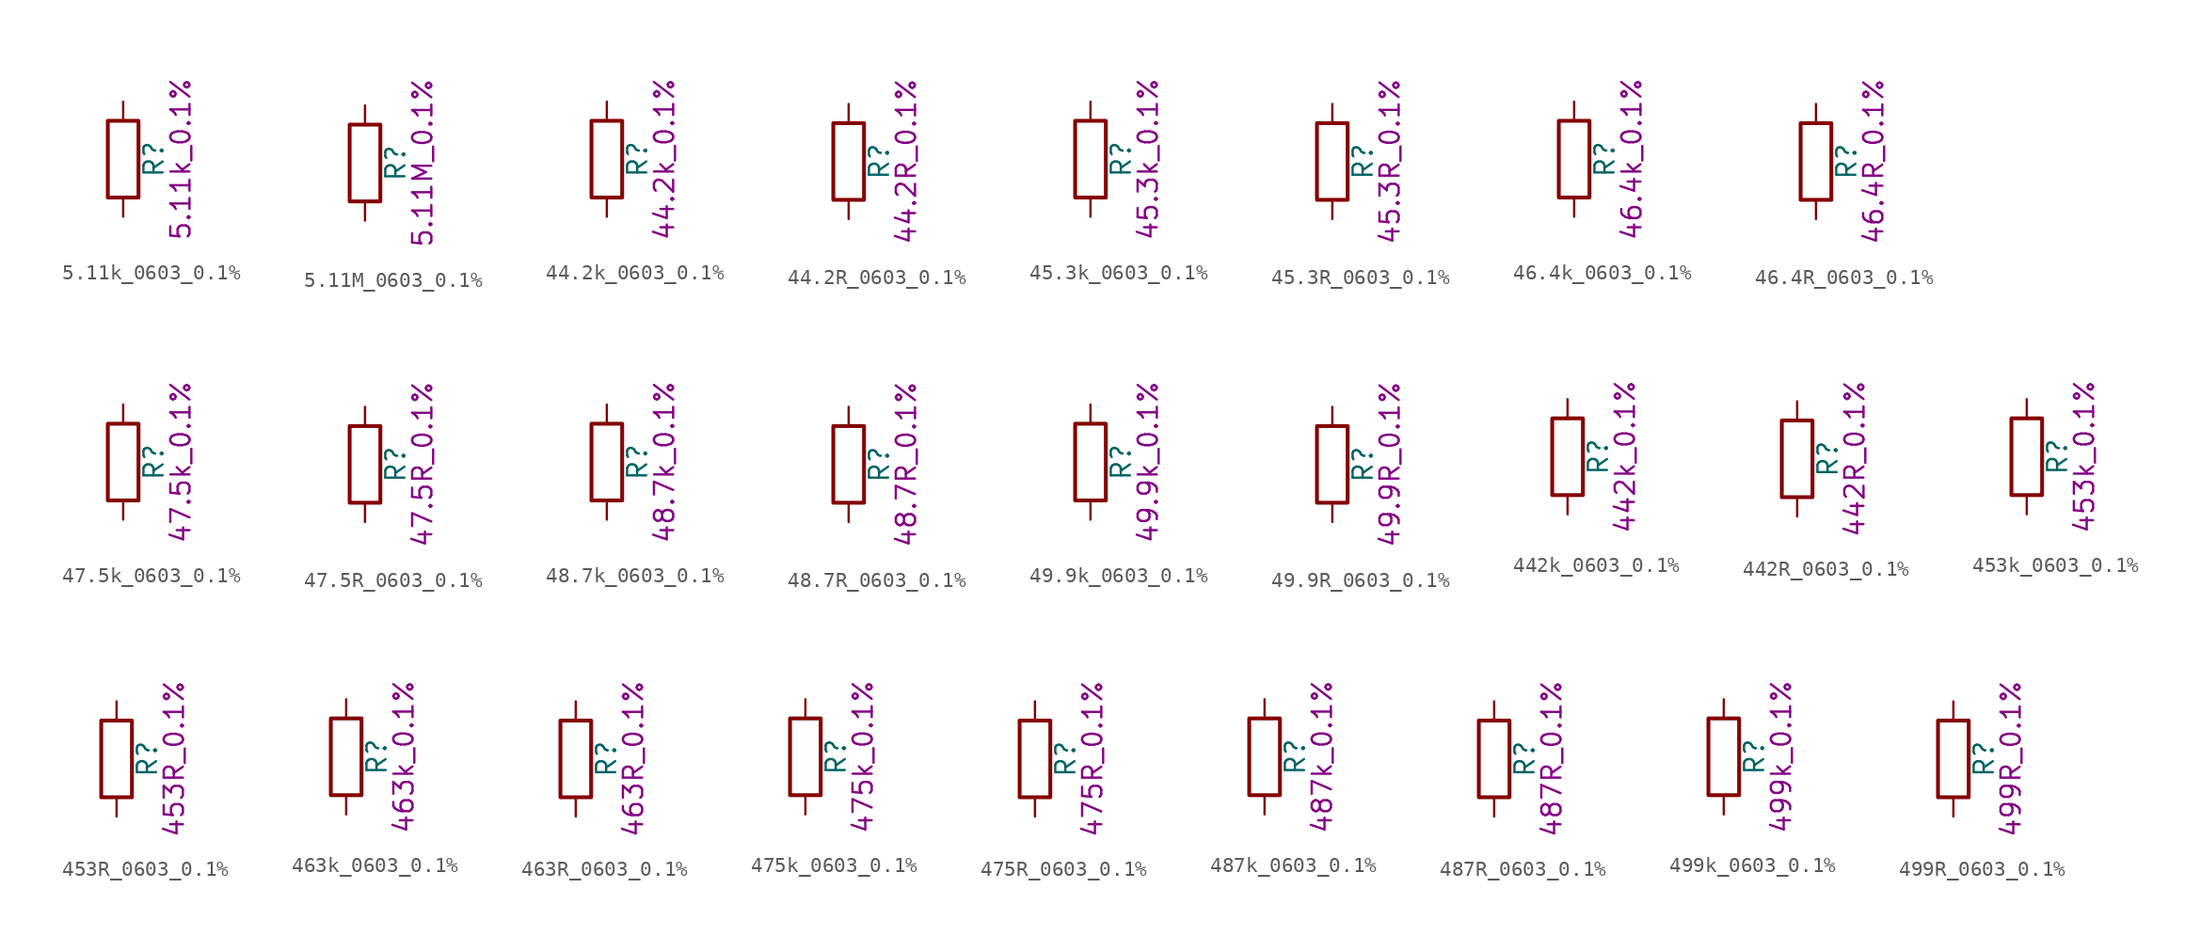
<source format=kicad_sym>
(kicad_symbol_lib
  (version 20211014)
  (generator kicad_symbol_editor)
  (symbol "5.11k_0603_0.1%"
    (pin_numbers hide)
    (pin_names
      (offset 0))
    (property "Reference" "R"
      (at 2.032 0 90)
      (effects (font (size 1.27 1.27))))
    (property "Display" "5.11k_0.1%"
      (at 3.81 0 90)
      (effects (font (size 1.27 1.27))))
    (symbol "5.11k_0603_0.1%_0_1"
      (rectangle (start -1.016 -2.54) (end 1.016 2.54) (stroke (width 0.254) (type default) (color 0 0 0 0)) (fill (type none))))
    (symbol "5.11k_0603_0.1%_1_1"
      (pin passive line (at 0 3.81 270) (length 1.27) (name "~" (effects (font (size 1.27 1.27)))) (number "1" (effects (font (size 1.27 1.27)))))
      (pin passive line (at 0 -3.81 90) (length 1.27) (name "~" (effects (font (size 1.27 1.27)))) (number "2" (effects (font (size 1.27 1.27)))))))
  (symbol "5.11M_0603_0.1%"
    (pin_numbers hide)
    (pin_names
      (offset 0))
    (property "Reference" "R"
      (at 2.032 0 90)
      (effects (font (size 1.27 1.27))))
    (property "Display" "5.11M_0.1%"
      (at 3.81 0 90)
      (effects (font (size 1.27 1.27))))
    (symbol "5.11M_0603_0.1%_0_1"
      (rectangle (start -1.016 -2.54) (end 1.016 2.54) (stroke (width 0.254) (type default) (color 0 0 0 0)) (fill (type none))))
    (symbol "5.11M_0603_0.1%_1_1"
      (pin passive line (at 0 3.81 270) (length 1.27) (name "~" (effects (font (size 1.27 1.27)))) (number "1" (effects (font (size 1.27 1.27)))))
      (pin passive line (at 0 -3.81 90) (length 1.27) (name "~" (effects (font (size 1.27 1.27)))) (number "2" (effects (font (size 1.27 1.27)))))))
  (symbol "44.2k_0603_0.1%"
    (pin_numbers hide)
    (pin_names
      (offset 0))
    (property "Reference" "R"
      (at 2.032 0 90)
      (effects (font (size 1.27 1.27))))
    (property "Display" "44.2k_0.1%"
      (at 3.81 0 90)
      (effects (font (size 1.27 1.27))))
    (symbol "44.2k_0603_0.1%_0_1"
      (rectangle (start -1.016 -2.54) (end 1.016 2.54) (stroke (width 0.254) (type default) (color 0 0 0 0)) (fill (type none))))
    (symbol "44.2k_0603_0.1%_1_1"
      (pin passive line (at 0 3.81 270) (length 1.27) (name "~" (effects (font (size 1.27 1.27)))) (number "1" (effects (font (size 1.27 1.27)))))
      (pin passive line (at 0 -3.81 90) (length 1.27) (name "~" (effects (font (size 1.27 1.27)))) (number "2" (effects (font (size 1.27 1.27)))))))
  (symbol "44.2R_0603_0.1%"
    (pin_numbers hide)
    (pin_names
      (offset 0))
    (property "Reference" "R"
      (at 2.032 0 90)
      (effects (font (size 1.27 1.27))))
    (property "Display" "44.2R_0.1%"
      (at 3.81 0 90)
      (effects (font (size 1.27 1.27))))
    (symbol "44.2R_0603_0.1%_0_1"
      (rectangle (start -1.016 -2.54) (end 1.016 2.54) (stroke (width 0.254) (type default) (color 0 0 0 0)) (fill (type none))))
    (symbol "44.2R_0603_0.1%_1_1"
      (pin passive line (at 0 3.81 270) (length 1.27) (name "~" (effects (font (size 1.27 1.27)))) (number "1" (effects (font (size 1.27 1.27)))))
      (pin passive line (at 0 -3.81 90) (length 1.27) (name "~" (effects (font (size 1.27 1.27)))) (number "2" (effects (font (size 1.27 1.27)))))))
  (symbol "45.3k_0603_0.1%"
    (pin_numbers hide)
    (pin_names
      (offset 0))
    (property "Reference" "R"
      (at 2.032 0 90)
      (effects (font (size 1.27 1.27))))
    (property "Display" "45.3k_0.1%"
      (at 3.81 0 90)
      (effects (font (size 1.27 1.27))))
    (symbol "45.3k_0603_0.1%_0_1"
      (rectangle (start -1.016 -2.54) (end 1.016 2.54) (stroke (width 0.254) (type default) (color 0 0 0 0)) (fill (type none))))
    (symbol "45.3k_0603_0.1%_1_1"
      (pin passive line (at 0 3.81 270) (length 1.27) (name "~" (effects (font (size 1.27 1.27)))) (number "1" (effects (font (size 1.27 1.27)))))
      (pin passive line (at 0 -3.81 90) (length 1.27) (name "~" (effects (font (size 1.27 1.27)))) (number "2" (effects (font (size 1.27 1.27)))))))
  (symbol "45.3R_0603_0.1%"
    (pin_numbers hide)
    (pin_names
      (offset 0))
    (property "Reference" "R"
      (at 2.032 0 90)
      (effects (font (size 1.27 1.27))))
    (property "Display" "45.3R_0.1%"
      (at 3.81 0 90)
      (effects (font (size 1.27 1.27))))
    (symbol "45.3R_0603_0.1%_0_1"
      (rectangle (start -1.016 -2.54) (end 1.016 2.54) (stroke (width 0.254) (type default) (color 0 0 0 0)) (fill (type none))))
    (symbol "45.3R_0603_0.1%_1_1"
      (pin passive line (at 0 3.81 270) (length 1.27) (name "~" (effects (font (size 1.27 1.27)))) (number "1" (effects (font (size 1.27 1.27)))))
      (pin passive line (at 0 -3.81 90) (length 1.27) (name "~" (effects (font (size 1.27 1.27)))) (number "2" (effects (font (size 1.27 1.27)))))))
  (symbol "46.4k_0603_0.1%"
    (pin_numbers hide)
    (pin_names
      (offset 0))
    (property "Reference" "R"
      (at 2.032 0 90)
      (effects (font (size 1.27 1.27))))
    (property "Display" "46.4k_0.1%"
      (at 3.81 0 90)
      (effects (font (size 1.27 1.27))))
    (symbol "46.4k_0603_0.1%_0_1"
      (rectangle (start -1.016 -2.54) (end 1.016 2.54) (stroke (width 0.254) (type default) (color 0 0 0 0)) (fill (type none))))
    (symbol "46.4k_0603_0.1%_1_1"
      (pin passive line (at 0 3.81 270) (length 1.27) (name "~" (effects (font (size 1.27 1.27)))) (number "1" (effects (font (size 1.27 1.27)))))
      (pin passive line (at 0 -3.81 90) (length 1.27) (name "~" (effects (font (size 1.27 1.27)))) (number "2" (effects (font (size 1.27 1.27)))))))
  (symbol "46.4R_0603_0.1%"
    (pin_numbers hide)
    (pin_names
      (offset 0))
    (property "Reference" "R"
      (at 2.032 0 90)
      (effects (font (size 1.27 1.27))))
    (property "Display" "46.4R_0.1%"
      (at 3.81 0 90)
      (effects (font (size 1.27 1.27))))
    (symbol "46.4R_0603_0.1%_0_1"
      (rectangle (start -1.016 -2.54) (end 1.016 2.54) (stroke (width 0.254) (type default) (color 0 0 0 0)) (fill (type none))))
    (symbol "46.4R_0603_0.1%_1_1"
      (pin passive line (at 0 3.81 270) (length 1.27) (name "~" (effects (font (size 1.27 1.27)))) (number "1" (effects (font (size 1.27 1.27)))))
      (pin passive line (at 0 -3.81 90) (length 1.27) (name "~" (effects (font (size 1.27 1.27)))) (number "2" (effects (font (size 1.27 1.27)))))))
  (symbol "47.5k_0603_0.1%"
    (pin_numbers hide)
    (pin_names
      (offset 0))
    (property "Reference" "R"
      (at 2.032 0 90)
      (effects (font (size 1.27 1.27))))
    (property "Display" "47.5k_0.1%"
      (at 3.81 0 90)
      (effects (font (size 1.27 1.27))))
    (symbol "47.5k_0603_0.1%_0_1"
      (rectangle (start -1.016 -2.54) (end 1.016 2.54) (stroke (width 0.254) (type default) (color 0 0 0 0)) (fill (type none))))
    (symbol "47.5k_0603_0.1%_1_1"
      (pin passive line (at 0 3.81 270) (length 1.27) (name "~" (effects (font (size 1.27 1.27)))) (number "1" (effects (font (size 1.27 1.27)))))
      (pin passive line (at 0 -3.81 90) (length 1.27) (name "~" (effects (font (size 1.27 1.27)))) (number "2" (effects (font (size 1.27 1.27)))))))
  (symbol "47.5R_0603_0.1%"
    (pin_numbers hide)
    (pin_names
      (offset 0))
    (property "Reference" "R"
      (at 2.032 0 90)
      (effects (font (size 1.27 1.27))))
    (property "Display" "47.5R_0.1%"
      (at 3.81 0 90)
      (effects (font (size 1.27 1.27))))
    (symbol "47.5R_0603_0.1%_0_1"
      (rectangle (start -1.016 -2.54) (end 1.016 2.54) (stroke (width 0.254) (type default) (color 0 0 0 0)) (fill (type none))))
    (symbol "47.5R_0603_0.1%_1_1"
      (pin passive line (at 0 3.81 270) (length 1.27) (name "~" (effects (font (size 1.27 1.27)))) (number "1" (effects (font (size 1.27 1.27)))))
      (pin passive line (at 0 -3.81 90) (length 1.27) (name "~" (effects (font (size 1.27 1.27)))) (number "2" (effects (font (size 1.27 1.27)))))))
  (symbol "48.7k_0603_0.1%"
    (pin_numbers hide)
    (pin_names
      (offset 0))
    (property "Reference" "R"
      (at 2.032 0 90)
      (effects (font (size 1.27 1.27))))
    (property "Display" "48.7k_0.1%"
      (at 3.81 0 90)
      (effects (font (size 1.27 1.27))))
    (symbol "48.7k_0603_0.1%_0_1"
      (rectangle (start -1.016 -2.54) (end 1.016 2.54) (stroke (width 0.254) (type default) (color 0 0 0 0)) (fill (type none))))
    (symbol "48.7k_0603_0.1%_1_1"
      (pin passive line (at 0 3.81 270) (length 1.27) (name "~" (effects (font (size 1.27 1.27)))) (number "1" (effects (font (size 1.27 1.27)))))
      (pin passive line (at 0 -3.81 90) (length 1.27) (name "~" (effects (font (size 1.27 1.27)))) (number "2" (effects (font (size 1.27 1.27)))))))
  (symbol "48.7R_0603_0.1%"
    (pin_numbers hide)
    (pin_names
      (offset 0))
    (property "Reference" "R"
      (at 2.032 0 90)
      (effects (font (size 1.27 1.27))))
    (property "Display" "48.7R_0.1%"
      (at 3.81 0 90)
      (effects (font (size 1.27 1.27))))
    (symbol "48.7R_0603_0.1%_0_1"
      (rectangle (start -1.016 -2.54) (end 1.016 2.54) (stroke (width 0.254) (type default) (color 0 0 0 0)) (fill (type none))))
    (symbol "48.7R_0603_0.1%_1_1"
      (pin passive line (at 0 3.81 270) (length 1.27) (name "~" (effects (font (size 1.27 1.27)))) (number "1" (effects (font (size 1.27 1.27)))))
      (pin passive line (at 0 -3.81 90) (length 1.27) (name "~" (effects (font (size 1.27 1.27)))) (number "2" (effects (font (size 1.27 1.27)))))))
  (symbol "49.9k_0603_0.1%"
    (pin_numbers hide)
    (pin_names
      (offset 0))
    (property "Reference" "R"
      (at 2.032 0 90)
      (effects (font (size 1.27 1.27))))
    (property "Display" "49.9k_0.1%"
      (at 3.81 0 90)
      (effects (font (size 1.27 1.27))))
    (symbol "49.9k_0603_0.1%_0_1"
      (rectangle (start -1.016 -2.54) (end 1.016 2.54) (stroke (width 0.254) (type default) (color 0 0 0 0)) (fill (type none))))
    (symbol "49.9k_0603_0.1%_1_1"
      (pin passive line (at 0 3.81 270) (length 1.27) (name "~" (effects (font (size 1.27 1.27)))) (number "1" (effects (font (size 1.27 1.27)))))
      (pin passive line (at 0 -3.81 90) (length 1.27) (name "~" (effects (font (size 1.27 1.27)))) (number "2" (effects (font (size 1.27 1.27)))))))
  (symbol "49.9R_0603_0.1%"
    (pin_numbers hide)
    (pin_names
      (offset 0))
    (property "Reference" "R"
      (at 2.032 0 90)
      (effects (font (size 1.27 1.27))))
    (property "Display" "49.9R_0.1%"
      (at 3.81 0 90)
      (effects (font (size 1.27 1.27))))
    (symbol "49.9R_0603_0.1%_0_1"
      (rectangle (start -1.016 -2.54) (end 1.016 2.54) (stroke (width 0.254) (type default) (color 0 0 0 0)) (fill (type none))))
    (symbol "49.9R_0603_0.1%_1_1"
      (pin passive line (at 0 3.81 270) (length 1.27) (name "~" (effects (font (size 1.27 1.27)))) (number "1" (effects (font (size 1.27 1.27)))))
      (pin passive line (at 0 -3.81 90) (length 1.27) (name "~" (effects (font (size 1.27 1.27)))) (number "2" (effects (font (size 1.27 1.27)))))))
  (symbol "442k_0603_0.1%"
    (pin_numbers hide)
    (pin_names
      (offset 0))
    (property "Reference" "R"
      (at 2.032 0 90)
      (effects (font (size 1.27 1.27))))
    (property "Display" "442k_0.1%"
      (at 3.81 0 90)
      (effects (font (size 1.27 1.27))))
    (symbol "442k_0603_0.1%_0_1"
      (rectangle (start -1.016 -2.54) (end 1.016 2.54) (stroke (width 0.254) (type default) (color 0 0 0 0)) (fill (type none))))
    (symbol "442k_0603_0.1%_1_1"
      (pin passive line (at 0 3.81 270) (length 1.27) (name "~" (effects (font (size 1.27 1.27)))) (number "1" (effects (font (size 1.27 1.27)))))
      (pin passive line (at 0 -3.81 90) (length 1.27) (name "~" (effects (font (size 1.27 1.27)))) (number "2" (effects (font (size 1.27 1.27)))))))
  (symbol "442R_0603_0.1%"
    (pin_numbers hide)
    (pin_names
      (offset 0))
    (property "Reference" "R"
      (at 2.032 0 90)
      (effects (font (size 1.27 1.27))))
    (property "Display" "442R_0.1%"
      (at 3.81 0 90)
      (effects (font (size 1.27 1.27))))
    (symbol "442R_0603_0.1%_0_1"
      (rectangle (start -1.016 -2.54) (end 1.016 2.54) (stroke (width 0.254) (type default) (color 0 0 0 0)) (fill (type none))))
    (symbol "442R_0603_0.1%_1_1"
      (pin passive line (at 0 3.81 270) (length 1.27) (name "~" (effects (font (size 1.27 1.27)))) (number "1" (effects (font (size 1.27 1.27)))))
      (pin passive line (at 0 -3.81 90) (length 1.27) (name "~" (effects (font (size 1.27 1.27)))) (number "2" (effects (font (size 1.27 1.27)))))))
  (symbol "453k_0603_0.1%"
    (pin_numbers hide)
    (pin_names
      (offset 0))
    (property "Reference" "R"
      (at 2.032 0 90)
      (effects (font (size 1.27 1.27))))
    (property "Display" "453k_0.1%"
      (at 3.81 0 90)
      (effects (font (size 1.27 1.27))))
    (symbol "453k_0603_0.1%_0_1"
      (rectangle (start -1.016 -2.54) (end 1.016 2.54) (stroke (width 0.254) (type default) (color 0 0 0 0)) (fill (type none))))
    (symbol "453k_0603_0.1%_1_1"
      (pin passive line (at 0 3.81 270) (length 1.27) (name "~" (effects (font (size 1.27 1.27)))) (number "1" (effects (font (size 1.27 1.27)))))
      (pin passive line (at 0 -3.81 90) (length 1.27) (name "~" (effects (font (size 1.27 1.27)))) (number "2" (effects (font (size 1.27 1.27)))))))
  (symbol "453R_0603_0.1%"
    (pin_numbers hide)
    (pin_names
      (offset 0))
    (property "Reference" "R"
      (at 2.032 0 90)
      (effects (font (size 1.27 1.27))))
    (property "Display" "453R_0.1%"
      (at 3.81 0 90)
      (effects (font (size 1.27 1.27))))
    (symbol "453R_0603_0.1%_0_1"
      (rectangle (start -1.016 -2.54) (end 1.016 2.54) (stroke (width 0.254) (type default) (color 0 0 0 0)) (fill (type none))))
    (symbol "453R_0603_0.1%_1_1"
      (pin passive line (at 0 3.81 270) (length 1.27) (name "~" (effects (font (size 1.27 1.27)))) (number "1" (effects (font (size 1.27 1.27)))))
      (pin passive line (at 0 -3.81 90) (length 1.27) (name "~" (effects (font (size 1.27 1.27)))) (number "2" (effects (font (size 1.27 1.27)))))))
  (symbol "463k_0603_0.1%"
    (pin_numbers hide)
    (pin_names
      (offset 0))
    (property "Reference" "R"
      (at 2.032 0 90)
      (effects (font (size 1.27 1.27))))
    (property "Display" "463k_0.1%"
      (at 3.81 0 90)
      (effects (font (size 1.27 1.27))))
    (symbol "463k_0603_0.1%_0_1"
      (rectangle (start -1.016 -2.54) (end 1.016 2.54) (stroke (width 0.254) (type default) (color 0 0 0 0)) (fill (type none))))
    (symbol "463k_0603_0.1%_1_1"
      (pin passive line (at 0 3.81 270) (length 1.27) (name "~" (effects (font (size 1.27 1.27)))) (number "1" (effects (font (size 1.27 1.27)))))
      (pin passive line (at 0 -3.81 90) (length 1.27) (name "~" (effects (font (size 1.27 1.27)))) (number "2" (effects (font (size 1.27 1.27)))))))
  (symbol "463R_0603_0.1%"
    (pin_numbers hide)
    (pin_names
      (offset 0))
    (property "Reference" "R"
      (at 2.032 0 90)
      (effects (font (size 1.27 1.27))))
    (property "Display" "463R_0.1%"
      (at 3.81 0 90)
      (effects (font (size 1.27 1.27))))
    (symbol "463R_0603_0.1%_0_1"
      (rectangle (start -1.016 -2.54) (end 1.016 2.54) (stroke (width 0.254) (type default) (color 0 0 0 0)) (fill (type none))))
    (symbol "463R_0603_0.1%_1_1"
      (pin passive line (at 0 3.81 270) (length 1.27) (name "~" (effects (font (size 1.27 1.27)))) (number "1" (effects (font (size 1.27 1.27)))))
      (pin passive line (at 0 -3.81 90) (length 1.27) (name "~" (effects (font (size 1.27 1.27)))) (number "2" (effects (font (size 1.27 1.27)))))))
  (symbol "475k_0603_0.1%"
    (pin_numbers hide)
    (pin_names
      (offset 0))
    (property "Reference" "R"
      (at 2.032 0 90)
      (effects (font (size 1.27 1.27))))
    (property "Display" "475k_0.1%"
      (at 3.81 0 90)
      (effects (font (size 1.27 1.27))))
    (symbol "475k_0603_0.1%_0_1"
      (rectangle (start -1.016 -2.54) (end 1.016 2.54) (stroke (width 0.254) (type default) (color 0 0 0 0)) (fill (type none))))
    (symbol "475k_0603_0.1%_1_1"
      (pin passive line (at 0 3.81 270) (length 1.27) (name "~" (effects (font (size 1.27 1.27)))) (number "1" (effects (font (size 1.27 1.27)))))
      (pin passive line (at 0 -3.81 90) (length 1.27) (name "~" (effects (font (size 1.27 1.27)))) (number "2" (effects (font (size 1.27 1.27)))))))
  (symbol "475R_0603_0.1%"
    (pin_numbers hide)
    (pin_names
      (offset 0))
    (property "Reference" "R"
      (at 2.032 0 90)
      (effects (font (size 1.27 1.27))))
    (property "Display" "475R_0.1%"
      (at 3.81 0 90)
      (effects (font (size 1.27 1.27))))
    (symbol "475R_0603_0.1%_0_1"
      (rectangle (start -1.016 -2.54) (end 1.016 2.54) (stroke (width 0.254) (type default) (color 0 0 0 0)) (fill (type none))))
    (symbol "475R_0603_0.1%_1_1"
      (pin passive line (at 0 3.81 270) (length 1.27) (name "~" (effects (font (size 1.27 1.27)))) (number "1" (effects (font (size 1.27 1.27)))))
      (pin passive line (at 0 -3.81 90) (length 1.27) (name "~" (effects (font (size 1.27 1.27)))) (number "2" (effects (font (size 1.27 1.27)))))))
  (symbol "487k_0603_0.1%"
    (pin_numbers hide)
    (pin_names
      (offset 0))
    (property "Reference" "R"
      (at 2.032 0 90)
      (effects (font (size 1.27 1.27))))
    (property "Display" "487k_0.1%"
      (at 3.81 0 90)
      (effects (font (size 1.27 1.27))))
    (symbol "487k_0603_0.1%_0_1"
      (rectangle (start -1.016 -2.54) (end 1.016 2.54) (stroke (width 0.254) (type default) (color 0 0 0 0)) (fill (type none))))
    (symbol "487k_0603_0.1%_1_1"
      (pin passive line (at 0 3.81 270) (length 1.27) (name "~" (effects (font (size 1.27 1.27)))) (number "1" (effects (font (size 1.27 1.27)))))
      (pin passive line (at 0 -3.81 90) (length 1.27) (name "~" (effects (font (size 1.27 1.27)))) (number "2" (effects (font (size 1.27 1.27)))))))
  (symbol "487R_0603_0.1%"
    (pin_numbers hide)
    (pin_names
      (offset 0))
    (property "Reference" "R"
      (at 2.032 0 90)
      (effects (font (size 1.27 1.27))))
    (property "Display" "487R_0.1%"
      (at 3.81 0 90)
      (effects (font (size 1.27 1.27))))
    (symbol "487R_0603_0.1%_0_1"
      (rectangle (start -1.016 -2.54) (end 1.016 2.54) (stroke (width 0.254) (type default) (color 0 0 0 0)) (fill (type none))))
    (symbol "487R_0603_0.1%_1_1"
      (pin passive line (at 0 3.81 270) (length 1.27) (name "~" (effects (font (size 1.27 1.27)))) (number "1" (effects (font (size 1.27 1.27)))))
      (pin passive line (at 0 -3.81 90) (length 1.27) (name "~" (effects (font (size 1.27 1.27)))) (number "2" (effects (font (size 1.27 1.27)))))))
  (symbol "499k_0603_0.1%"
    (pin_numbers hide)
    (pin_names
      (offset 0))
    (property "Reference" "R"
      (at 2.032 0 90)
      (effects (font (size 1.27 1.27))))
    (property "Display" "499k_0.1%"
      (at 3.81 0 90)
      (effects (font (size 1.27 1.27))))
    (symbol "499k_0603_0.1%_0_1"
      (rectangle (start -1.016 -2.54) (end 1.016 2.54) (stroke (width 0.254) (type default) (color 0 0 0 0)) (fill (type none))))
    (symbol "499k_0603_0.1%_1_1"
      (pin passive line (at 0 3.81 270) (length 1.27) (name "~" (effects (font (size 1.27 1.27)))) (number "1" (effects (font (size 1.27 1.27)))))
      (pin passive line (at 0 -3.81 90) (length 1.27) (name "~" (effects (font (size 1.27 1.27)))) (number "2" (effects (font (size 1.27 1.27)))))))
  (symbol "499R_0603_0.1%"
    (pin_numbers hide)
    (pin_names
      (offset 0))
    (property "Reference" "R"
      (at 2.032 0 90)
      (effects (font (size 1.27 1.27))))
    (property "Display" "499R_0.1%"
      (at 3.81 0 90)
      (effects (font (size 1.27 1.27))))
    (symbol "499R_0603_0.1%_0_1"
      (rectangle (start -1.016 -2.54) (end 1.016 2.54) (stroke (width 0.254) (type default) (color 0 0 0 0)) (fill (type none))))
    (symbol "499R_0603_0.1%_1_1"
      (pin passive line (at 0 3.81 270) (length 1.27) (name "~" (effects (font (size 1.27 1.27)))) (number "1" (effects (font (size 1.27 1.27)))))
      (pin passive line (at 0 -3.81 90) (length 1.27) (name "~" (effects (font (size 1.27 1.27)))) (number "2" (effects (font (size 1.27 1.27))))))))
</source>
